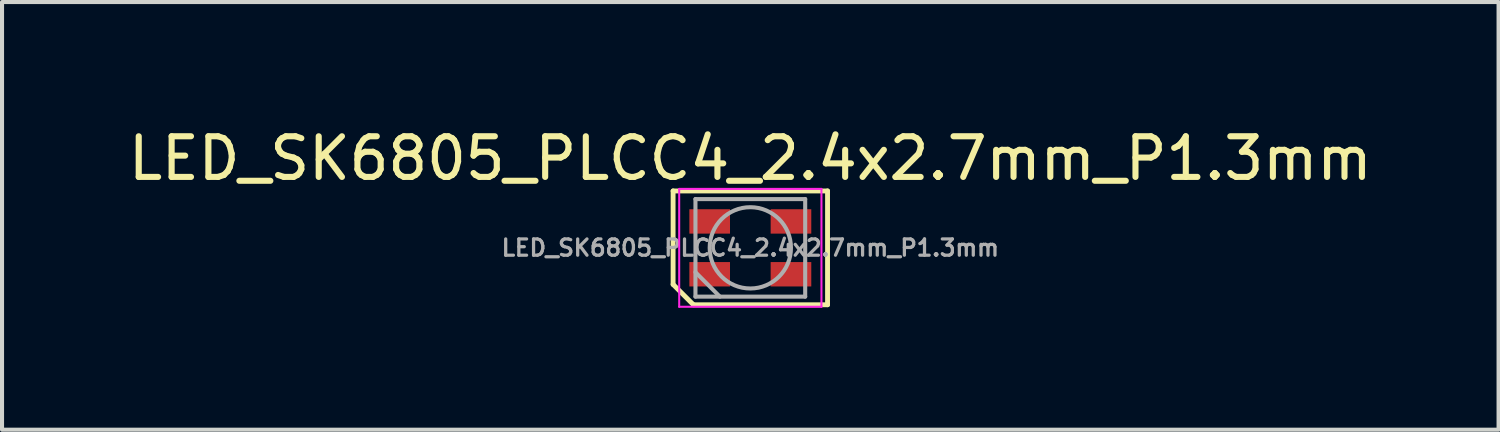
<source format=kicad_pcb>
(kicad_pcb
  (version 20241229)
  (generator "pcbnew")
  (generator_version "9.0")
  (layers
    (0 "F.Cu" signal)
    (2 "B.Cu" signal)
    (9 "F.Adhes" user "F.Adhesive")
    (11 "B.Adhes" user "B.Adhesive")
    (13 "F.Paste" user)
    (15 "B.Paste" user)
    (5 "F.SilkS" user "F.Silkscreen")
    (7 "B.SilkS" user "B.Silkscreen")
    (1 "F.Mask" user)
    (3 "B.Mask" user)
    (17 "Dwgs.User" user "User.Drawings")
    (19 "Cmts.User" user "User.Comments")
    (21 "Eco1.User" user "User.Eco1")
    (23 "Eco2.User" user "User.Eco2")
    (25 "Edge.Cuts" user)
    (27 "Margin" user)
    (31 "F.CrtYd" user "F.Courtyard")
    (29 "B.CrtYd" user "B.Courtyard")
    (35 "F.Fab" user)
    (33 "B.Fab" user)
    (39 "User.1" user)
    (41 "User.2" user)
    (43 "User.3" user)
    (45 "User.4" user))
  (footprint "LED_SK6805_PLCC4_2.4x2.7mm_P1.3mm"
    (layer "F.Cu")
    (at 15.411 3.048)
    (property "Reference" "LED_SK6805_PLCC4_2.4x2.7mm_P1.3mm" (at 0 -2.2 0) (layer "F.SilkS") (effects (font (size 1 1) (thickness 0.15))))
    (attr smd)
    (fp_line (start -1.9 -1.4) (end -1.9 0.9) (stroke (width 0.12) (type solid)) (layer "F.SilkS"))
    (fp_line (start -1.9 -1.4) (end 1.9 -1.4) (stroke (width 0.12) (type solid)) (layer "F.SilkS"))
    (fp_line (start -1.9 0.9) (end -1.4 1.4) (stroke (width 0.12) (type default)) (layer "F.SilkS"))
    (fp_line (start 1.9 1.4) (end -1.4 1.4) (stroke (width 0.12) (type solid)) (layer "F.SilkS"))
    (fp_line (start 1.9 1.4) (end 1.9 -1.4) (stroke (width 0.12) (type solid)) (layer "F.SilkS"))
    (fp_line (start -1.75 -1.45) (end -1.75 1.45) (stroke (width 0.05) (type solid)) (layer "F.CrtYd"))
    (fp_line (start -1.75 1.45) (end 1.75 1.45) (stroke (width 0.05) (type solid)) (layer "F.CrtYd"))
    (fp_line (start 1.75 -1.45) (end -1.75 -1.45) (stroke (width 0.05) (type solid)) (layer "F.CrtYd"))
    (fp_line (start 1.75 1.45) (end 1.75 -1.45) (stroke (width 0.05) (type solid)) (layer "F.CrtYd"))
    (fp_line (start -1.35 -1.2) (end -1.35 1.2) (stroke (width 0.1) (type solid)) (layer "F.Fab"))
    (fp_line (start -1.35 0.6) (end -0.75 1.2) (stroke (width 0.1) (type solid)) (layer "F.Fab"))
    (fp_line (start -1.35 1.2) (end 1.35 1.2) (stroke (width 0.1) (type solid)) (layer "F.Fab"))
    (fp_line (start 1.35 -1.2) (end -1.35 -1.2) (stroke (width 0.1) (type solid)) (layer "F.Fab"))
    (fp_line (start 1.35 1.2) (end 1.35 -1.2) (stroke (width 0.1) (type solid)) (layer "F.Fab"))
    (fp_circle (center 0 0) (end 0 -1) (stroke (width 0.1) (type solid)) (fill no) (layer "F.Fab"))
    (fp_text user "${REFERENCE}" (at 0 0 0) (layer "F.Fab") (effects (font (size 0.4 0.4) (thickness 0.08))))
    (pad "1" smd rect (at -1 0.65) (size 1 0.6) (layers "F.Cu" "F.Mask" "F.Paste"))
    (pad "2" smd rect (at 1 0.65) (size 1 0.6) (layers "F.Cu" "F.Mask" "F.Paste"))
    (pad "3" smd rect (at 1 -0.65) (size 1 0.6) (layers "F.Cu" "F.Mask" "F.Paste"))
    (pad "4" smd rect (at -1 -0.65) (size 1 0.6) (layers "F.Cu" "F.Mask" "F.Paste")))
  (gr_rect
    (start -3 -3)
    (end 33.821 7.523)
    (stroke (width 0.1) (type default))
    (fill no)
    (layer "Edge.Cuts")))
</source>
